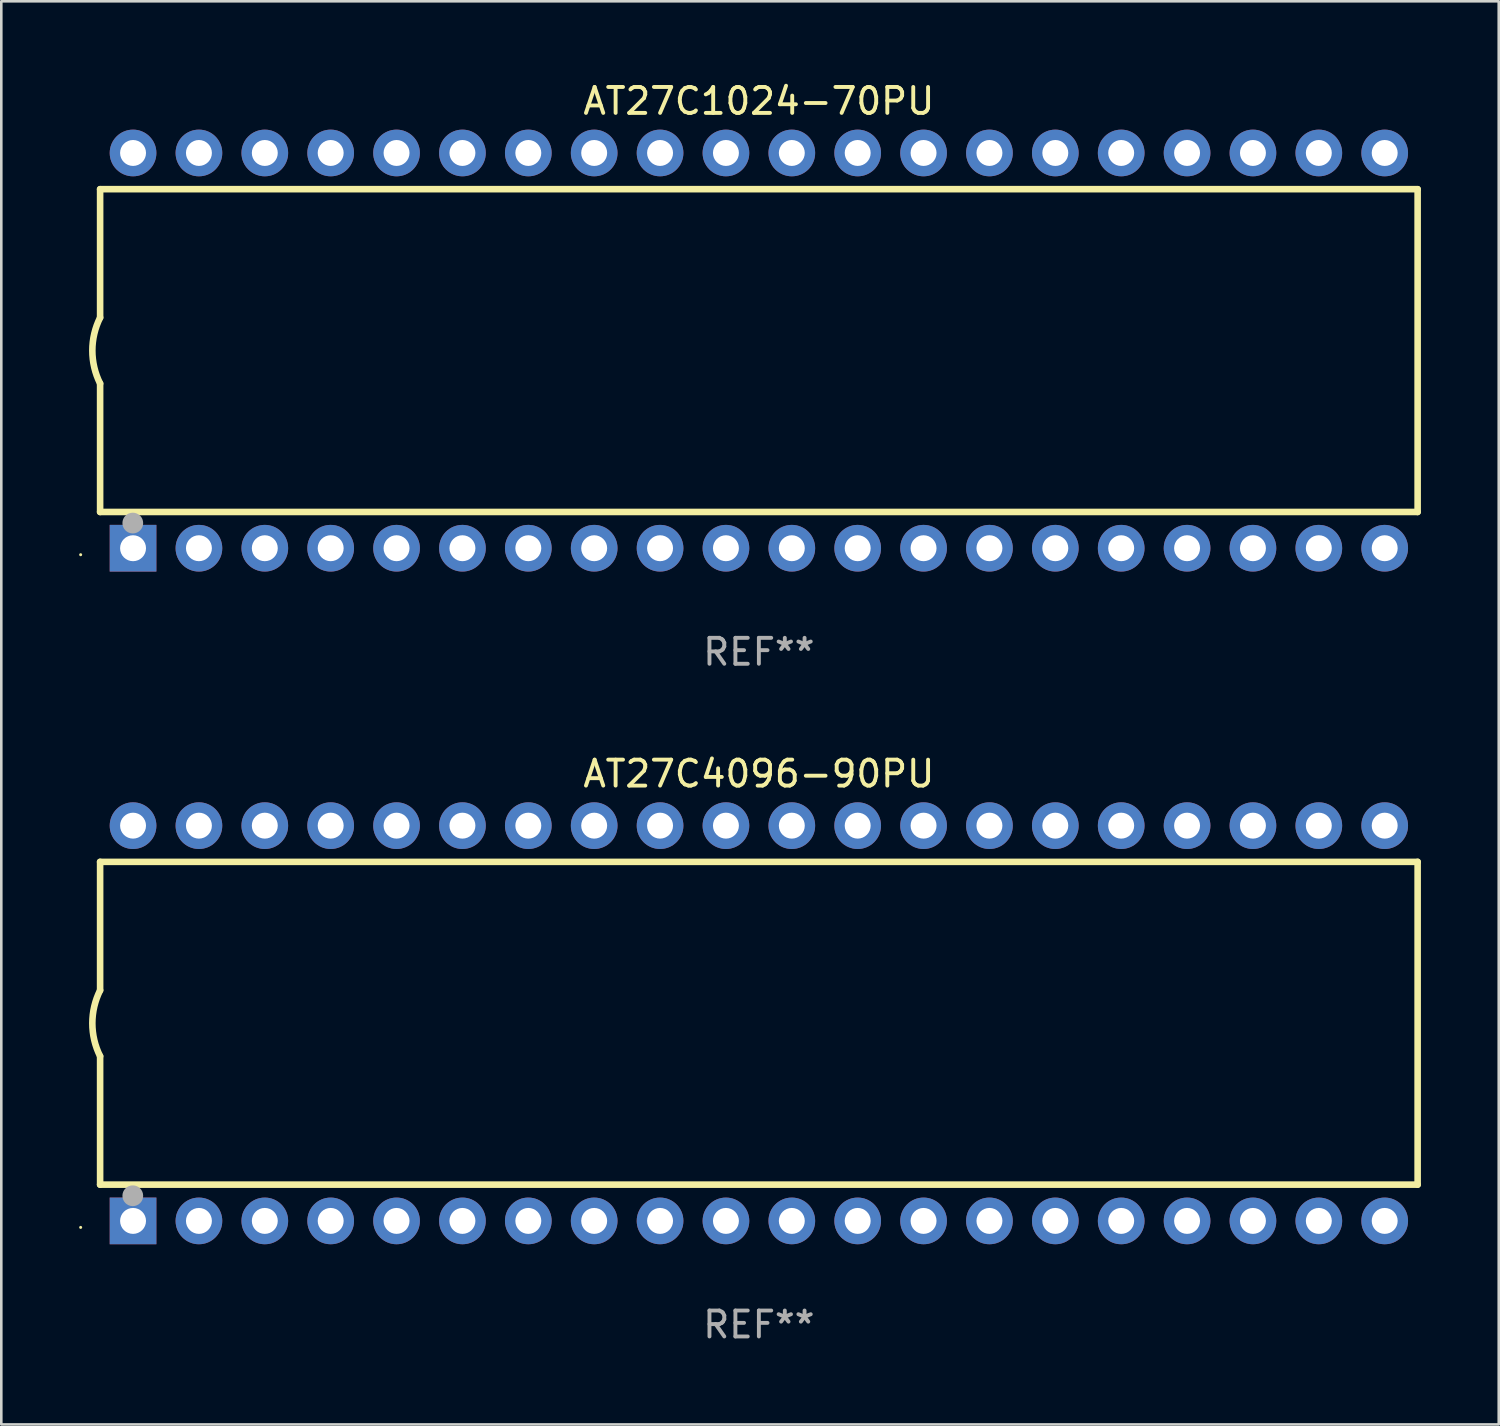
<source format=kicad_pcb>
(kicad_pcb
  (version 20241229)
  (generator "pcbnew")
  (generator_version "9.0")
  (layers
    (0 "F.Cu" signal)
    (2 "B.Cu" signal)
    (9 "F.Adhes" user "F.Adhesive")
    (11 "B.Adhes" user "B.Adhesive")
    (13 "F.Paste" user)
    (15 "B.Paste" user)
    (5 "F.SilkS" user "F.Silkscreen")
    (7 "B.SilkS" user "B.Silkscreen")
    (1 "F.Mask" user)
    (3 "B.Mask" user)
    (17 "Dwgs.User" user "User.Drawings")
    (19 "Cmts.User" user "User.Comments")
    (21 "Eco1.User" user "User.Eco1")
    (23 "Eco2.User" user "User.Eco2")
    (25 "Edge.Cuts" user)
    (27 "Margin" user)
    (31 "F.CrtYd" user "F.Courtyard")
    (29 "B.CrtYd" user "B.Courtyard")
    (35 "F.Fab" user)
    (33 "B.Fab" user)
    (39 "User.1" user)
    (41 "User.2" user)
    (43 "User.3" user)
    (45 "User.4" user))
  (footprint "AT27C1024-70PU"
    (layer "F.Cu")
    (at 26.21 10.468)
    (property "Reference" "AT27C1024-70PU" (at 0 -9.62 0) (layer "F.SilkS") (effects (font (size 1 1) (thickness 0.15))))
    (attr through_hole)
    (fp_line (start -25.4 -6.224) (end -25.4 -1.271) (stroke (width 0.254) (type solid)) (layer "F.SilkS"))
    (fp_line (start -25.4 -6.224) (end 25.4 -6.224) (stroke (width 0.254) (type solid)) (layer "F.SilkS"))
    (fp_line (start -25.4 1.269) (end -25.4 6.222) (stroke (width 0.254) (type solid)) (layer "F.SilkS"))
    (fp_line (start -25.4 6.222) (end 25.4 6.222) (stroke (width 0.254) (type solid)) (layer "F.SilkS"))
    (fp_line (start 25.4 6.222) (end 25.4 -6.224) (stroke (width 0.254) (type solid)) (layer "F.SilkS"))
    (fp_arc (start -25.4 1.269241) (mid -25.699807 -0.000762) (end -25.4 -1.270765) (stroke (width 0.254001) (type solid)) (layer "F.SilkS"))
    (fp_circle (center -26.15 7.87) (end -26.12 7.87) (stroke (width 0.06) (type solid)) (fill no) (layer "F.SilkS"))
    (fp_circle (center -24.14 6.65) (end -23.94 6.65) (stroke (width 0.4) (type solid)) (fill no) (layer "F.Fab"))
    (fp_text user "REF**" (at 0 11.62 0) (layer "F.Fab") (effects (font (size 1 1) (thickness 0.15))))
    (pad "1" thru_hole rect (at -24.13 7.62 90) (size 1.8 1.8) (drill 1) (layers "*.Cu" "*.Mask"))
    (pad "2" thru_hole circle (at -21.59 7.62) (size 1.8 1.8) (drill 1) (layers "*.Cu" "*.Mask"))
    (pad "3" thru_hole circle (at -19.05 7.62) (size 1.8 1.8) (drill 1) (layers "*.Cu" "*.Mask"))
    (pad "4" thru_hole circle (at -16.51 7.62) (size 1.8 1.8) (drill 1) (layers "*.Cu" "*.Mask"))
    (pad "5" thru_hole circle (at -13.97 7.62) (size 1.8 1.8) (drill 1) (layers "*.Cu" "*.Mask"))
    (pad "6" thru_hole circle (at -11.43 7.62) (size 1.8 1.8) (drill 1) (layers "*.Cu" "*.Mask"))
    (pad "7" thru_hole circle (at -8.89 7.62) (size 1.8 1.8) (drill 1) (layers "*.Cu" "*.Mask"))
    (pad "8" thru_hole circle (at -6.35 7.62) (size 1.8 1.8) (drill 1) (layers "*.Cu" "*.Mask"))
    (pad "9" thru_hole circle (at -3.81 7.62) (size 1.8 1.8) (drill 1) (layers "*.Cu" "*.Mask"))
    (pad "10" thru_hole circle (at -1.27 7.62) (size 1.8 1.8) (drill 1) (layers "*.Cu" "*.Mask"))
    (pad "11" thru_hole circle (at 1.27 7.62) (size 1.8 1.8) (drill 1) (layers "*.Cu" "*.Mask"))
    (pad "12" thru_hole circle (at 3.81 7.62) (size 1.8 1.8) (drill 1) (layers "*.Cu" "*.Mask"))
    (pad "13" thru_hole circle (at 6.35 7.62) (size 1.8 1.8) (drill 1) (layers "*.Cu" "*.Mask"))
    (pad "14" thru_hole circle (at 8.89 7.62) (size 1.8 1.8) (drill 1) (layers "*.Cu" "*.Mask"))
    (pad "15" thru_hole circle (at 11.43 7.62) (size 1.8 1.8) (drill 1) (layers "*.Cu" "*.Mask"))
    (pad "16" thru_hole circle (at 13.97 7.62) (size 1.8 1.8) (drill 1) (layers "*.Cu" "*.Mask"))
    (pad "17" thru_hole circle (at 16.51 7.62) (size 1.8 1.8) (drill 1) (layers "*.Cu" "*.Mask"))
    (pad "18" thru_hole circle (at 19.05 7.62) (size 1.8 1.8) (drill 1) (layers "*.Cu" "*.Mask"))
    (pad "19" thru_hole circle (at 21.59 7.62) (size 1.8 1.8) (drill 1) (layers "*.Cu" "*.Mask"))
    (pad "20" thru_hole circle (at 24.13 7.62) (size 1.8 1.8) (drill 1) (layers "*.Cu" "*.Mask"))
    (pad "21" thru_hole circle (at 24.13 -7.62) (size 1.8 1.8) (drill 1) (layers "*.Cu" "*.Mask"))
    (pad "22" thru_hole circle (at 21.59 -7.62) (size 1.8 1.8) (drill 1) (layers "*.Cu" "*.Mask"))
    (pad "23" thru_hole circle (at 19.05 -7.62) (size 1.8 1.8) (drill 1) (layers "*.Cu" "*.Mask"))
    (pad "24" thru_hole circle (at 16.51 -7.62) (size 1.8 1.8) (drill 1) (layers "*.Cu" "*.Mask"))
    (pad "25" thru_hole circle (at 13.97 -7.62) (size 1.8 1.8) (drill 1) (layers "*.Cu" "*.Mask"))
    (pad "26" thru_hole circle (at 11.43 -7.62) (size 1.8 1.8) (drill 1) (layers "*.Cu" "*.Mask"))
    (pad "27" thru_hole circle (at 8.89 -7.62) (size 1.8 1.8) (drill 1) (layers "*.Cu" "*.Mask"))
    (pad "28" thru_hole circle (at 6.35 -7.62) (size 1.8 1.8) (drill 1) (layers "*.Cu" "*.Mask"))
    (pad "29" thru_hole circle (at 3.81 -7.62) (size 1.8 1.8) (drill 1) (layers "*.Cu" "*.Mask"))
    (pad "30" thru_hole circle (at 1.27 -7.62) (size 1.8 1.8) (drill 1) (layers "*.Cu" "*.Mask"))
    (pad "31" thru_hole circle (at -1.27 -7.62) (size 1.8 1.8) (drill 1) (layers "*.Cu" "*.Mask"))
    (pad "32" thru_hole circle (at -3.81 -7.62) (size 1.8 1.8) (drill 1) (layers "*.Cu" "*.Mask"))
    (pad "33" thru_hole circle (at -6.35 -7.62) (size 1.8 1.8) (drill 1) (layers "*.Cu" "*.Mask"))
    (pad "34" thru_hole circle (at -8.89 -7.62) (size 1.8 1.8) (drill 1) (layers "*.Cu" "*.Mask"))
    (pad "35" thru_hole circle (at -11.43 -7.62) (size 1.8 1.8) (drill 1) (layers "*.Cu" "*.Mask"))
    (pad "36" thru_hole circle (at -13.97 -7.62) (size 1.8 1.8) (drill 1) (layers "*.Cu" "*.Mask"))
    (pad "37" thru_hole circle (at -16.51 -7.62) (size 1.8 1.8) (drill 1) (layers "*.Cu" "*.Mask"))
    (pad "38" thru_hole circle (at -19.05 -7.62) (size 1.8 1.8) (drill 1) (layers "*.Cu" "*.Mask"))
    (pad "39" thru_hole circle (at -21.59 -7.62) (size 1.8 1.8) (drill 1) (layers "*.Cu" "*.Mask"))
    (pad "40" thru_hole circle (at -24.13 -7.62) (size 1.8 1.8) (drill 1) (layers "*.Cu" "*.Mask")))
  (footprint "AT27C4096-90PU"
    (layer "F.Cu")
    (at 26.21 36.405)
    (property "Reference" "AT27C4096-90PU" (at 0 -9.62 0) (layer "F.SilkS") (effects (font (size 1 1) (thickness 0.15))))
    (attr through_hole)
    (fp_line (start -25.4 -6.224) (end -25.4 -1.271) (stroke (width 0.254) (type solid)) (layer "F.SilkS"))
    (fp_line (start -25.4 -6.224) (end 25.4 -6.224) (stroke (width 0.254) (type solid)) (layer "F.SilkS"))
    (fp_line (start -25.4 1.269) (end -25.4 6.222) (stroke (width 0.254) (type solid)) (layer "F.SilkS"))
    (fp_line (start -25.4 6.222) (end 25.4 6.222) (stroke (width 0.254) (type solid)) (layer "F.SilkS"))
    (fp_line (start 25.4 6.222) (end 25.4 -6.224) (stroke (width 0.254) (type solid)) (layer "F.SilkS"))
    (fp_arc (start -25.4 1.269241) (mid -25.699807 -0.000762) (end -25.4 -1.270765) (stroke (width 0.254001) (type solid)) (layer "F.SilkS"))
    (fp_circle (center -26.15 7.87) (end -26.12 7.87) (stroke (width 0.06) (type solid)) (fill no) (layer "F.SilkS"))
    (fp_circle (center -24.14 6.65) (end -23.94 6.65) (stroke (width 0.4) (type solid)) (fill no) (layer "F.Fab"))
    (fp_text user "REF**" (at 0 11.62 0) (layer "F.Fab") (effects (font (size 1 1) (thickness 0.15))))
    (pad "1" thru_hole rect (at -24.13 7.62 90) (size 1.8 1.8) (drill 1) (layers "*.Cu" "*.Mask"))
    (pad "2" thru_hole circle (at -21.59 7.62) (size 1.8 1.8) (drill 1) (layers "*.Cu" "*.Mask"))
    (pad "3" thru_hole circle (at -19.05 7.62) (size 1.8 1.8) (drill 1) (layers "*.Cu" "*.Mask"))
    (pad "4" thru_hole circle (at -16.51 7.62) (size 1.8 1.8) (drill 1) (layers "*.Cu" "*.Mask"))
    (pad "5" thru_hole circle (at -13.97 7.62) (size 1.8 1.8) (drill 1) (layers "*.Cu" "*.Mask"))
    (pad "6" thru_hole circle (at -11.43 7.62) (size 1.8 1.8) (drill 1) (layers "*.Cu" "*.Mask"))
    (pad "7" thru_hole circle (at -8.89 7.62) (size 1.8 1.8) (drill 1) (layers "*.Cu" "*.Mask"))
    (pad "8" thru_hole circle (at -6.35 7.62) (size 1.8 1.8) (drill 1) (layers "*.Cu" "*.Mask"))
    (pad "9" thru_hole circle (at -3.81 7.62) (size 1.8 1.8) (drill 1) (layers "*.Cu" "*.Mask"))
    (pad "10" thru_hole circle (at -1.27 7.62) (size 1.8 1.8) (drill 1) (layers "*.Cu" "*.Mask"))
    (pad "11" thru_hole circle (at 1.27 7.62) (size 1.8 1.8) (drill 1) (layers "*.Cu" "*.Mask"))
    (pad "12" thru_hole circle (at 3.81 7.62) (size 1.8 1.8) (drill 1) (layers "*.Cu" "*.Mask"))
    (pad "13" thru_hole circle (at 6.35 7.62) (size 1.8 1.8) (drill 1) (layers "*.Cu" "*.Mask"))
    (pad "14" thru_hole circle (at 8.89 7.62) (size 1.8 1.8) (drill 1) (layers "*.Cu" "*.Mask"))
    (pad "15" thru_hole circle (at 11.43 7.62) (size 1.8 1.8) (drill 1) (layers "*.Cu" "*.Mask"))
    (pad "16" thru_hole circle (at 13.97 7.62) (size 1.8 1.8) (drill 1) (layers "*.Cu" "*.Mask"))
    (pad "17" thru_hole circle (at 16.51 7.62) (size 1.8 1.8) (drill 1) (layers "*.Cu" "*.Mask"))
    (pad "18" thru_hole circle (at 19.05 7.62) (size 1.8 1.8) (drill 1) (layers "*.Cu" "*.Mask"))
    (pad "19" thru_hole circle (at 21.59 7.62) (size 1.8 1.8) (drill 1) (layers "*.Cu" "*.Mask"))
    (pad "20" thru_hole circle (at 24.13 7.62) (size 1.8 1.8) (drill 1) (layers "*.Cu" "*.Mask"))
    (pad "21" thru_hole circle (at 24.13 -7.62) (size 1.8 1.8) (drill 1) (layers "*.Cu" "*.Mask"))
    (pad "22" thru_hole circle (at 21.59 -7.62) (size 1.8 1.8) (drill 1) (layers "*.Cu" "*.Mask"))
    (pad "23" thru_hole circle (at 19.05 -7.62) (size 1.8 1.8) (drill 1) (layers "*.Cu" "*.Mask"))
    (pad "24" thru_hole circle (at 16.51 -7.62) (size 1.8 1.8) (drill 1) (layers "*.Cu" "*.Mask"))
    (pad "25" thru_hole circle (at 13.97 -7.62) (size 1.8 1.8) (drill 1) (layers "*.Cu" "*.Mask"))
    (pad "26" thru_hole circle (at 11.43 -7.62) (size 1.8 1.8) (drill 1) (layers "*.Cu" "*.Mask"))
    (pad "27" thru_hole circle (at 8.89 -7.62) (size 1.8 1.8) (drill 1) (layers "*.Cu" "*.Mask"))
    (pad "28" thru_hole circle (at 6.35 -7.62) (size 1.8 1.8) (drill 1) (layers "*.Cu" "*.Mask"))
    (pad "29" thru_hole circle (at 3.81 -7.62) (size 1.8 1.8) (drill 1) (layers "*.Cu" "*.Mask"))
    (pad "30" thru_hole circle (at 1.27 -7.62) (size 1.8 1.8) (drill 1) (layers "*.Cu" "*.Mask"))
    (pad "31" thru_hole circle (at -1.27 -7.62) (size 1.8 1.8) (drill 1) (layers "*.Cu" "*.Mask"))
    (pad "32" thru_hole circle (at -3.81 -7.62) (size 1.8 1.8) (drill 1) (layers "*.Cu" "*.Mask"))
    (pad "33" thru_hole circle (at -6.35 -7.62) (size 1.8 1.8) (drill 1) (layers "*.Cu" "*.Mask"))
    (pad "34" thru_hole circle (at -8.89 -7.62) (size 1.8 1.8) (drill 1) (layers "*.Cu" "*.Mask"))
    (pad "35" thru_hole circle (at -11.43 -7.62) (size 1.8 1.8) (drill 1) (layers "*.Cu" "*.Mask"))
    (pad "36" thru_hole circle (at -13.97 -7.62) (size 1.8 1.8) (drill 1) (layers "*.Cu" "*.Mask"))
    (pad "37" thru_hole circle (at -16.51 -7.62) (size 1.8 1.8) (drill 1) (layers "*.Cu" "*.Mask"))
    (pad "38" thru_hole circle (at -19.05 -7.62) (size 1.8 1.8) (drill 1) (layers "*.Cu" "*.Mask"))
    (pad "39" thru_hole circle (at -21.59 -7.62) (size 1.8 1.8) (drill 1) (layers "*.Cu" "*.Mask"))
    (pad "40" thru_hole circle (at -24.13 -7.62) (size 1.8 1.8) (drill 1) (layers "*.Cu" "*.Mask")))
  (gr_rect
    (start -3 -3)
    (end 54.737 51.873)
    (stroke (width 0.1) (type default))
    (fill no)
    (layer "Edge.Cuts")))
</source>
